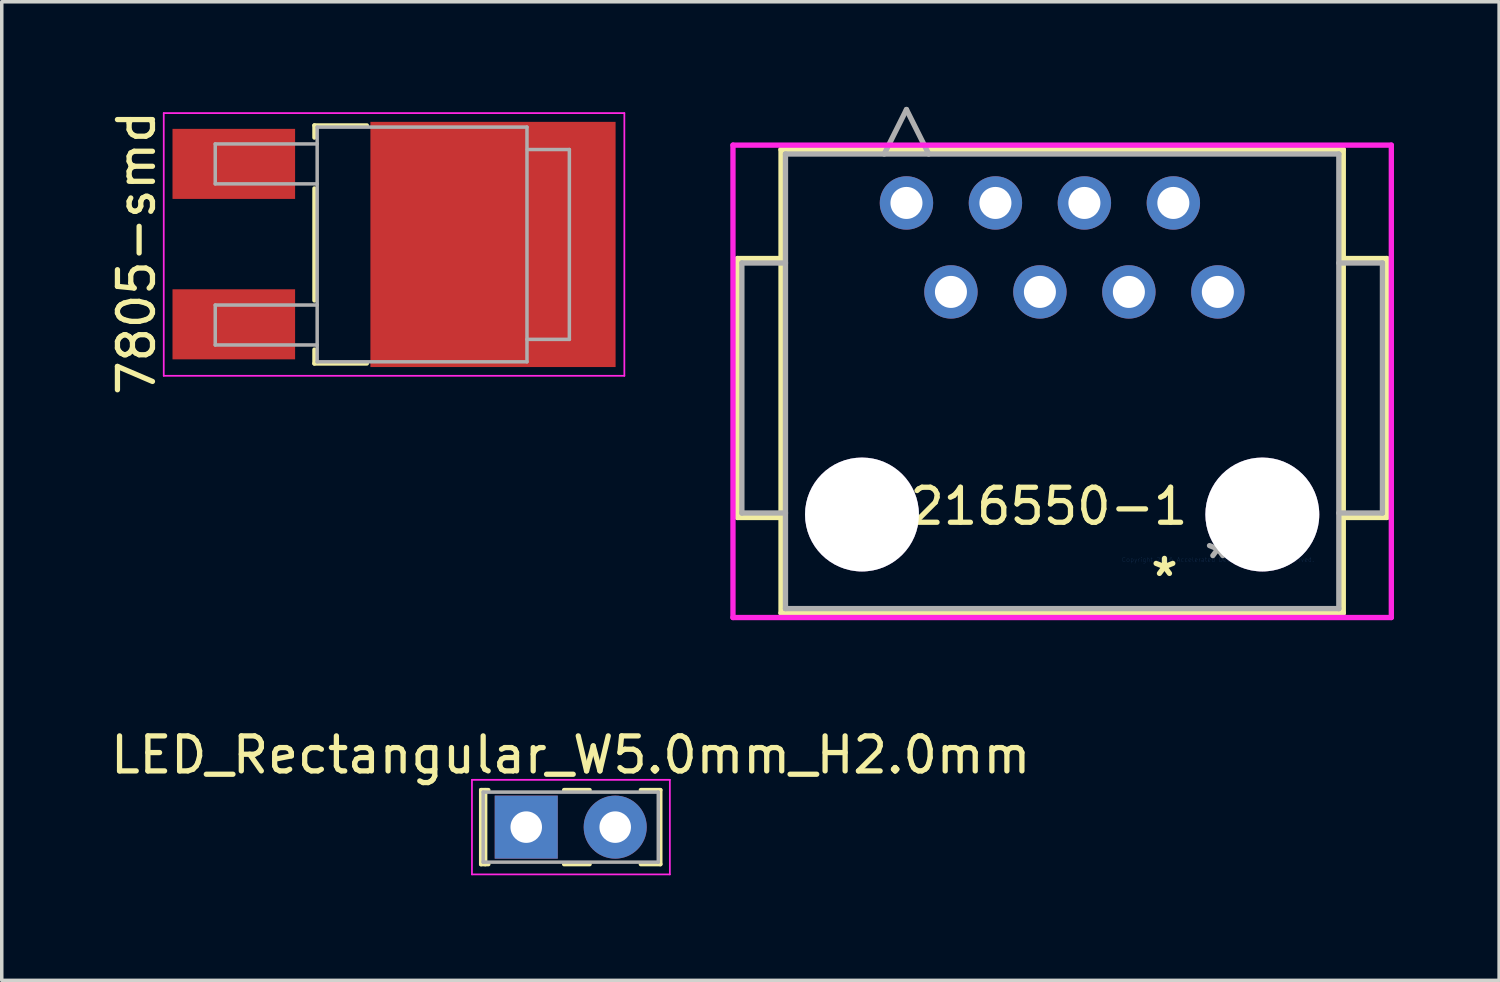
<source format=kicad_pcb>
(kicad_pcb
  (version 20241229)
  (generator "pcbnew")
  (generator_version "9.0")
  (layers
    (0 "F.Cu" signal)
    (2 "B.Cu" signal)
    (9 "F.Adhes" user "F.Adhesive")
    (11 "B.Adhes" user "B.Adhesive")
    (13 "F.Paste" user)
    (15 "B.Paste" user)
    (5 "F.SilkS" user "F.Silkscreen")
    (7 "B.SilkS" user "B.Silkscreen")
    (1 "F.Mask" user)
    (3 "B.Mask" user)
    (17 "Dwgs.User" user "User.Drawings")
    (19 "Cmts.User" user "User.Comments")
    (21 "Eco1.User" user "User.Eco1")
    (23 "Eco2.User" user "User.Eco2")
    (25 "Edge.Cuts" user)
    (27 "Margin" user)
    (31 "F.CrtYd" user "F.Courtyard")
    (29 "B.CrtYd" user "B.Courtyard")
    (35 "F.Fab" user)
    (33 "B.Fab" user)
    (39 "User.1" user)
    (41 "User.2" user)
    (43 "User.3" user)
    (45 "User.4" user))
  (footprint "LED_Rectangular_W5.0mm_H2.0mm"
    (layer "F.Cu")
    (at 11.974 20.564)
    (property "Reference" "LED_Rectangular_W5.0mm_H2.0mm" (at 1.27 -2.06 0) (layer "F.SilkS") (effects (font (size 1 1) (thickness 0.15))))
    (attr through_hole)
    (fp_line (start -1.29 -1.06) (end -1.29 1.06) (stroke (width 0.12) (type solid)) (layer "F.SilkS"))
    (fp_line (start -1.29 -1.06) (end -1.08 -1.06) (stroke (width 0.12) (type solid)) (layer "F.SilkS"))
    (fp_line (start -1.29 1.06) (end -1.08 1.06) (stroke (width 0.12) (type solid)) (layer "F.SilkS"))
    (fp_line (start -1.17 -1.06) (end -1.17 1.06) (stroke (width 0.12) (type solid)) (layer "F.SilkS"))
    (fp_line (start 1.08 -1.06) (end 1.811 -1.06) (stroke (width 0.12) (type solid)) (layer "F.SilkS"))
    (fp_line (start 1.08 1.06) (end 1.811 1.06) (stroke (width 0.12) (type solid)) (layer "F.SilkS"))
    (fp_line (start 3.27 -1.06) (end 3.83 -1.06) (stroke (width 0.12) (type solid)) (layer "F.SilkS"))
    (fp_line (start 3.27 1.06) (end 3.83 1.06) (stroke (width 0.12) (type solid)) (layer "F.SilkS"))
    (fp_line (start 3.83 -1.06) (end 3.83 1.06) (stroke (width 0.12) (type solid)) (layer "F.SilkS"))
    (fp_line (start -1.55 -1.35) (end -1.55 1.35) (stroke (width 0.05) (type solid)) (layer "F.CrtYd"))
    (fp_line (start -1.55 1.35) (end 4.1 1.35) (stroke (width 0.05) (type solid)) (layer "F.CrtYd"))
    (fp_line (start 4.1 -1.35) (end -1.55 -1.35) (stroke (width 0.05) (type solid)) (layer "F.CrtYd"))
    (fp_line (start 4.1 1.35) (end 4.1 -1.35) (stroke (width 0.05) (type solid)) (layer "F.CrtYd"))
    (fp_line (start -1.23 -1) (end -1.23 1) (stroke (width 0.1) (type solid)) (layer "F.Fab"))
    (fp_line (start -1.23 1) (end 3.77 1) (stroke (width 0.1) (type solid)) (layer "F.Fab"))
    (fp_line (start 3.77 -1) (end -1.23 -1) (stroke (width 0.1) (type solid)) (layer "F.Fab"))
    (fp_line (start 3.77 1) (end 3.77 -1) (stroke (width 0.1) (type solid)) (layer "F.Fab"))
    (pad "1" thru_hole rect (at 0 0) (size 1.8 1.8) (drill 0.9) (layers "*.Cu" "*.Mask"))
    (pad "2" thru_hole circle (at 2.54 0) (size 1.8 1.8) (drill 0.9) (layers "*.Cu" "*.Mask")))
  (footprint "216550-1"
    (layer "F.Cu")
    (at 31.719 12.929)
    (property "Reference" "216550-1" (at -4.826 -1.524 0) (layer "F.SilkS") (effects (font (size 1 1) (thickness 0.15))))
    (attr through_hole)
    (fp_line (start -13.716 -8.598) (end -12.471 -8.598) (stroke (width 0.152) (type solid)) (layer "F.SilkS"))
    (fp_line (start -13.716 -1.206) (end -13.716 -8.598) (stroke (width 0.152) (type solid)) (layer "F.SilkS"))
    (fp_line (start -12.471 -11.709) (end -12.471 1.524) (stroke (width 0.152) (type solid)) (layer "F.SilkS"))
    (fp_line (start -12.471 -1.206) (end -13.716 -1.206) (stroke (width 0.152) (type solid)) (layer "F.SilkS"))
    (fp_line (start -12.471 1.524) (end 3.581 1.524) (stroke (width 0.152) (type solid)) (layer "F.SilkS"))
    (fp_line (start 3.581 -11.709) (end -12.471 -11.709) (stroke (width 0.152) (type solid)) (layer "F.SilkS"))
    (fp_line (start 3.581 -1.206) (end 4.826 -1.206) (stroke (width 0.152) (type solid)) (layer "F.SilkS"))
    (fp_line (start 3.581 1.524) (end 3.581 -11.709) (stroke (width 0.152) (type solid)) (layer "F.SilkS"))
    (fp_line (start 4.826 -8.598) (end 3.581 -8.598) (stroke (width 0.152) (type solid)) (layer "F.SilkS"))
    (fp_line (start 4.826 -1.206) (end 4.826 -8.598) (stroke (width 0.152) (type solid)) (layer "F.SilkS"))
    (fp_line (start -13.843 -11.836) (end 4.953 -11.836) (stroke (width 0.152) (type solid)) (layer "F.CrtYd"))
    (fp_line (start -13.843 1.651) (end -13.843 -11.836) (stroke (width 0.152) (type solid)) (layer "F.CrtYd"))
    (fp_line (start 4.953 -11.836) (end 4.953 1.651) (stroke (width 0.152) (type solid)) (layer "F.CrtYd"))
    (fp_line (start 4.953 1.651) (end -13.843 1.651) (stroke (width 0.152) (type solid)) (layer "F.CrtYd"))
    (fp_line (start -13.589 -8.471) (end -12.344 -8.471) (stroke (width 0.152) (type solid)) (layer "F.Fab"))
    (fp_line (start -13.589 -1.333) (end -13.589 -8.471) (stroke (width 0.152) (type solid)) (layer "F.Fab"))
    (fp_line (start -12.344 -11.582) (end -12.344 1.397) (stroke (width 0.152) (type solid)) (layer "F.Fab"))
    (fp_line (start -12.344 -1.333) (end -13.589 -1.333) (stroke (width 0.152) (type solid)) (layer "F.Fab"))
    (fp_line (start -12.344 1.397) (end 3.454 1.397) (stroke (width 0.152) (type solid)) (layer "F.Fab"))
    (fp_line (start -9.525 -11.582) (end -8.89 -12.852) (stroke (width 0.152) (type solid)) (layer "F.Fab"))
    (fp_line (start -8.255 -11.582) (end -8.89 -12.852) (stroke (width 0.152) (type solid)) (layer "F.Fab"))
    (fp_line (start 3.454 -11.582) (end -12.344 -11.582) (stroke (width 0.152) (type solid)) (layer "F.Fab"))
    (fp_line (start 3.454 -1.333) (end 4.699 -1.333) (stroke (width 0.152) (type solid)) (layer "F.Fab"))
    (fp_line (start 3.454 1.397) (end 3.454 -11.582) (stroke (width 0.152) (type solid)) (layer "F.Fab"))
    (fp_line (start 4.699 -8.471) (end 3.454 -8.471) (stroke (width 0.152) (type solid)) (layer "F.Fab"))
    (fp_line (start 4.699 -1.333) (end 4.699 -8.471) (stroke (width 0.152) (type solid)) (layer "F.Fab"))
    (fp_text user "*" (at -1.524 0.508 0) (layer "F.SilkS") (effects (font (size 1 1) (thickness 0.15))))
    (fp_text user "Copyright 2016 Accelerated Designs. All rights reserved." (at 0 0 0) (layer "Cmts.User") (effects (font (size 0.127 0.127) (thickness 0.002))))
    (fp_text user "*" (at 0 0 0) (layer "F.Fab") (effects (font (size 1 1) (thickness 0.15))))
    (pad "1" thru_hole circle (at -8.89 -10.185) (size 1.524 1.524) (drill 0.914) (layers "*.Cu" "*.Mask"))
    (pad "2" thru_hole circle (at -7.62 -7.645) (size 1.524 1.524) (drill 0.914) (layers "*.Cu" "*.Mask"))
    (pad "3" thru_hole circle (at -6.35 -10.185) (size 1.524 1.524) (drill 0.914) (layers "*.Cu" "*.Mask"))
    (pad "4" thru_hole circle (at -5.08 -7.645) (size 1.524 1.524) (drill 0.914) (layers "*.Cu" "*.Mask"))
    (pad "5" thru_hole circle (at -3.81 -10.185) (size 1.524 1.524) (drill 0.914) (layers "*.Cu" "*.Mask"))
    (pad "6" thru_hole circle (at -2.54 -7.645) (size 1.524 1.524) (drill 0.914) (layers "*.Cu" "*.Mask"))
    (pad "7" thru_hole circle (at -1.27 -10.185) (size 1.524 1.524) (drill 0.914) (layers "*.Cu" "*.Mask"))
    (pad "8" thru_hole circle (at 0 -7.645) (size 1.524 1.524) (drill 0.914) (layers "*.Cu" "*.Mask"))
    (pad "11" thru_hole circle (at -10.16 -1.29) (size 3.251 3.251) (drill 3.251) (layers "*.Cu" "*.Mask"))
    (pad "12" thru_hole circle (at 1.27 -1.29) (size 3.251 3.251) (drill 3.251) (layers "*.Cu" "*.Mask")))
  (footprint "7805-smd"
    (layer "F.Cu")
    (at 7.325 3.919)
    (property "Reference" "7805-smd" (at -6.477 0.254 90) (layer "F.SilkS") (effects (font (size 1 1) (thickness 0.15))))
    (attr smd)
    (fp_line (start -1.4 -3.39) (end 0.1 -3.39) (stroke (width 0.12) (type solid)) (layer "F.SilkS"))
    (fp_line (start -1.4 -3.04) (end -1.4 -3.39) (stroke (width 0.12) (type solid)) (layer "F.SilkS"))
    (fp_line (start -1.4 1.61) (end -1.4 -1.59) (stroke (width 0.12) (type solid)) (layer "F.SilkS"))
    (fp_line (start -1.4 3.41) (end -1.4 3.01) (stroke (width 0.12) (type solid)) (layer "F.SilkS"))
    (fp_line (start 0.1 3.41) (end -1.4 3.41) (stroke (width 0.12) (type solid)) (layer "F.SilkS"))
    (fp_line (start -5.7 3.76) (end -5.7 -3.74) (stroke (width 0.05) (type solid)) (layer "F.CrtYd"))
    (fp_line (start -5.7 3.76) (end 7.45 3.76) (stroke (width 0.05) (type solid)) (layer "F.CrtYd"))
    (fp_line (start 7.45 -3.74) (end -5.7 -3.74) (stroke (width 0.05) (type solid)) (layer "F.CrtYd"))
    (fp_line (start 7.45 -3.74) (end 7.45 3.76) (stroke (width 0.05) (type solid)) (layer "F.CrtYd"))
    (fp_line (start -4.23 -2.86) (end -4.23 -1.72) (stroke (width 0.1) (type solid)) (layer "F.Fab"))
    (fp_line (start -4.23 -1.72) (end -1.32 -1.72) (stroke (width 0.1) (type solid)) (layer "F.Fab"))
    (fp_line (start -4.23 1.74) (end -4.23 2.88) (stroke (width 0.1) (type solid)) (layer "F.Fab"))
    (fp_line (start -4.23 2.88) (end -1.32 2.88) (stroke (width 0.1) (type solid)) (layer "F.Fab"))
    (fp_line (start -1.32 -2.86) (end -4.23 -2.86) (stroke (width 0.1) (type solid)) (layer "F.Fab"))
    (fp_line (start -1.32 1.74) (end -4.23 1.74) (stroke (width 0.1) (type solid)) (layer "F.Fab"))
    (fp_line (start -1.32 3.36) (end -1.32 -3.34) (stroke (width 0.1) (type solid)) (layer "F.Fab"))
    (fp_line (start -1.32 3.36) (end 4.67 3.36) (stroke (width 0.1) (type solid)) (layer "F.Fab"))
    (fp_line (start 4.67 -3.34) (end -1.32 -3.34) (stroke (width 0.1) (type solid)) (layer "F.Fab"))
    (fp_line (start 4.67 3.36) (end 4.67 -3.34) (stroke (width 0.1) (type solid)) (layer "F.Fab"))
    (fp_line (start 4.68 -2.7) (end 5.88 -2.7) (stroke (width 0.1) (type solid)) (layer "F.Fab"))
    (fp_line (start 5.88 -2.7) (end 5.88 2.72) (stroke (width 0.1) (type solid)) (layer "F.Fab"))
    (fp_line (start 5.88 2.72) (end 4.67 2.72) (stroke (width 0.1) (type solid)) (layer "F.Fab"))
    (pad "1" smd rect (at -3.7 -2.29 270) (size 2 3.5) (layers "F.Cu" "F.Mask" "F.Paste"))
    (pad "2" smd rect (at 3.7 0.01 270) (size 7 7) (layers "F.Cu" "F.Mask" "F.Paste"))
    (pad "3" smd rect (at -3.7 2.29 270) (size 2 3.5) (layers "F.Cu" "F.Mask" "F.Paste")))
  (gr_rect
    (start -3 -3)
    (end 39.749 24.939)
    (stroke (width 0.1) (type default))
    (fill no)
    (layer "Edge.Cuts")))
</source>
